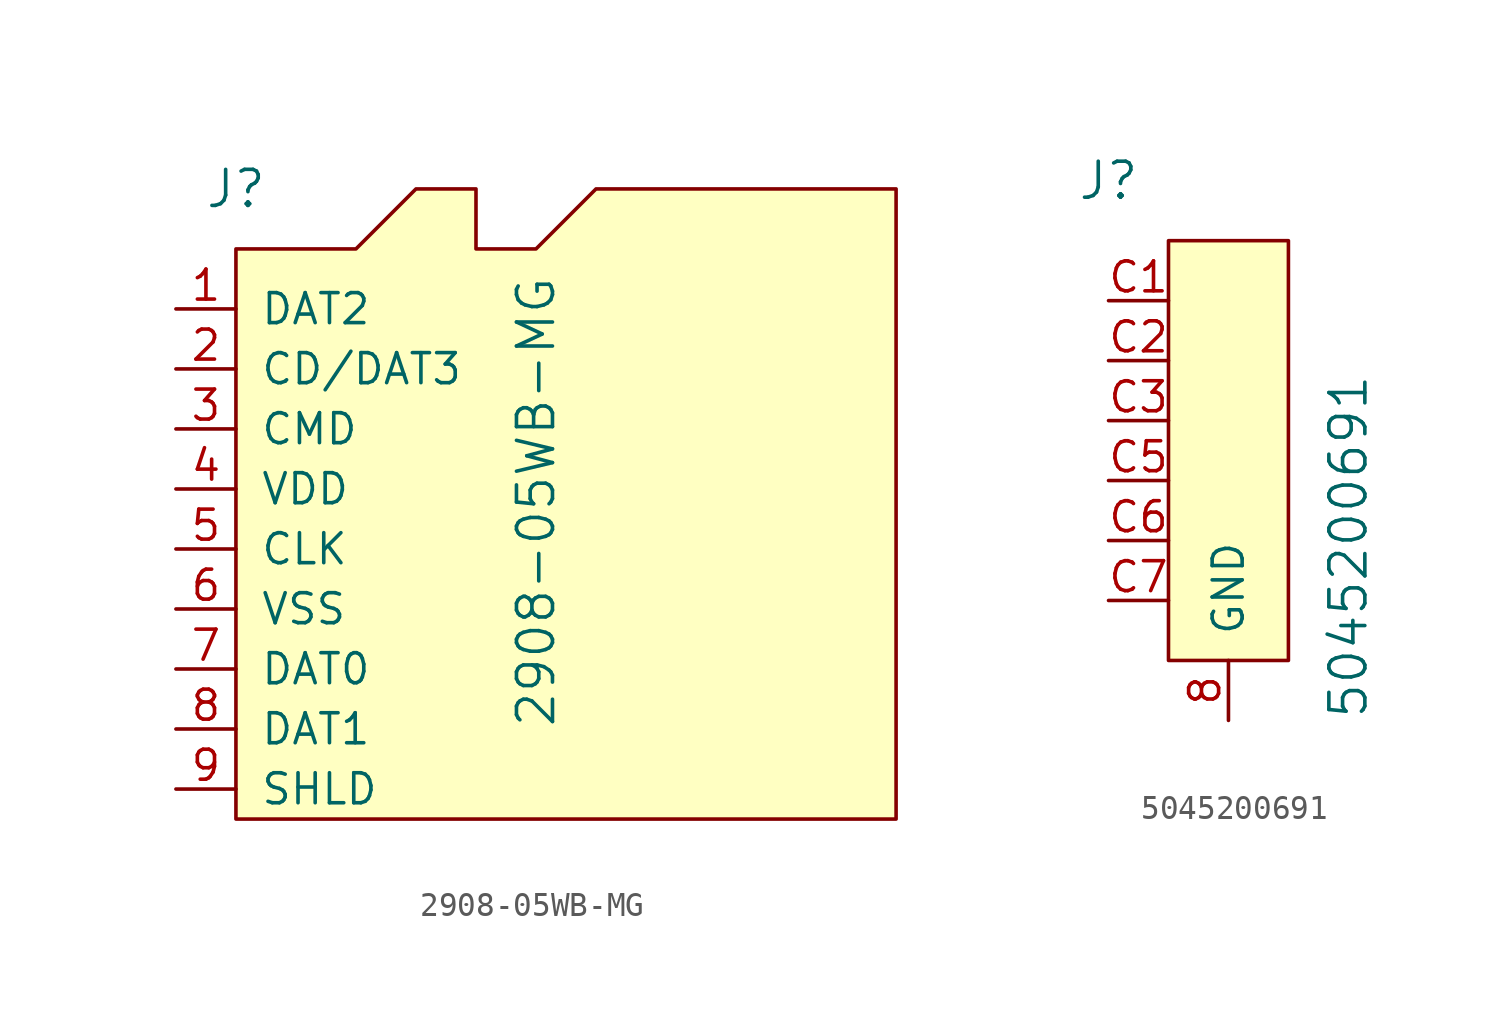
<source format=kicad_sym>
(kicad_symbol_lib
  (version 20201005)
  (generator kicad_symbol_editor)
  (symbol "2908-05WB-MG"
    (pin_names
      (offset 1.016))
    (property "Reference" "J"
      (at -12.7 12.7 0)
      (effects (font (size 1.524 1.524))))
    (property "Value" "2908-05WB-MG"
      (at 0 -10.16 90)
      (effects (font (size 1.524 1.524)) (justify left)))
    (symbol "2908-05WB-MG_0_1"
      (polyline (pts (xy -12.7 -13.97) (xy -12.7 10.16) (xy -7.62 10.16) (xy -5.08 12.7) (xy -2.54 12.7) (xy -2.54 10.16) (xy 0 10.16) (xy 2.54 12.7) (xy 15.24 12.7) (xy 15.24 -13.97) (xy -12.7 -13.97)) (stroke (width 0)) (fill (type background))))
    (symbol "2908-05WB-MG_1_1"
      (pin bidirectional line (at -15.24 7.62 0) (length 2.54) (name "DAT2" (effects (font (size 1.27 1.27)))) (number "1" (effects (font (size 1.27 1.27)))))
      (pin bidirectional line (at -15.24 5.08 0) (length 2.54) (name "CD/DAT3" (effects (font (size 1.27 1.27)))) (number "2" (effects (font (size 1.27 1.27)))))
      (pin bidirectional line (at -15.24 2.54 0) (length 2.54) (name "CMD" (effects (font (size 1.27 1.27)))) (number "3" (effects (font (size 1.27 1.27)))))
      (pin power_in line (at -15.24 0 0) (length 2.54) (name "VDD" (effects (font (size 1.27 1.27)))) (number "4" (effects (font (size 1.27 1.27)))))
      (pin output line (at -15.24 -2.54 0) (length 2.54) (name "CLK" (effects (font (size 1.27 1.27)))) (number "5" (effects (font (size 1.27 1.27)))))
      (pin power_in line (at -15.24 -5.08 0) (length 2.54) (name "VSS" (effects (font (size 1.27 1.27)))) (number "6" (effects (font (size 1.27 1.27)))))
      (pin bidirectional line (at -15.24 -7.62 0) (length 2.54) (name "DAT0" (effects (font (size 1.27 1.27)))) (number "7" (effects (font (size 1.27 1.27)))))
      (pin bidirectional line (at -15.24 -10.16 0) (length 2.54) (name "DAT1" (effects (font (size 1.27 1.27)))) (number "8" (effects (font (size 1.27 1.27)))))
      (pin passive line (at -15.24 -12.7 0) (length 2.54) (name "SHLD" (effects (font (size 1.27 1.27)))) (number "9" (effects (font (size 1.27 1.27)))))))
  (symbol "5045200691"
    (pin_names
      (offset 1.016))
    (property "Reference" "J"
      (at -5.08 10.16 0)
      (effects (font (size 1.524 1.524))))
    (property "Value" "5045200691"
      (at 5.08 -12.7 90)
      (effects (font (size 1.524 1.524)) (justify left)))
    (symbol "5045200691_0_1"
      (rectangle (start -2.54 7.62) (end 2.54 -10.16) (stroke (width 0)) (fill (type background))))
    (symbol "5045200691_1_1"
      (pin power_in line (at 0 -12.7 90) (length 2.54) (name "GND" (effects (font (size 1.27 1.27)))) (number "8" (effects (font (size 1.27 1.27)))))
      (pin power_in line (at -5.08 5.08 0) (length 2.54) (name "~" (effects (font (size 1.27 1.27)))) (number "C1" (effects (font (size 1.27 1.27)))))
      (pin input line (at -5.08 2.54 0) (length 2.54) (name "~" (effects (font (size 1.27 1.27)))) (number "C2" (effects (font (size 1.27 1.27)))))
      (pin input line (at -5.08 0 0) (length 2.54) (name "~" (effects (font (size 1.27 1.27)))) (number "C3" (effects (font (size 1.27 1.27)))))
      (pin power_in line (at -5.08 -2.54 0) (length 2.54) (name "~" (effects (font (size 1.27 1.27)))) (number "C5" (effects (font (size 1.27 1.27)))))
      (pin power_in line (at -5.08 -5.08 0) (length 2.54) (name "~" (effects (font (size 1.27 1.27)))) (number "C6" (effects (font (size 1.27 1.27)))))
      (pin bidirectional line (at -5.08 -7.62 0) (length 2.54) (name "~" (effects (font (size 1.27 1.27)))) (number "C7" (effects (font (size 1.27 1.27))))))))
</source>
